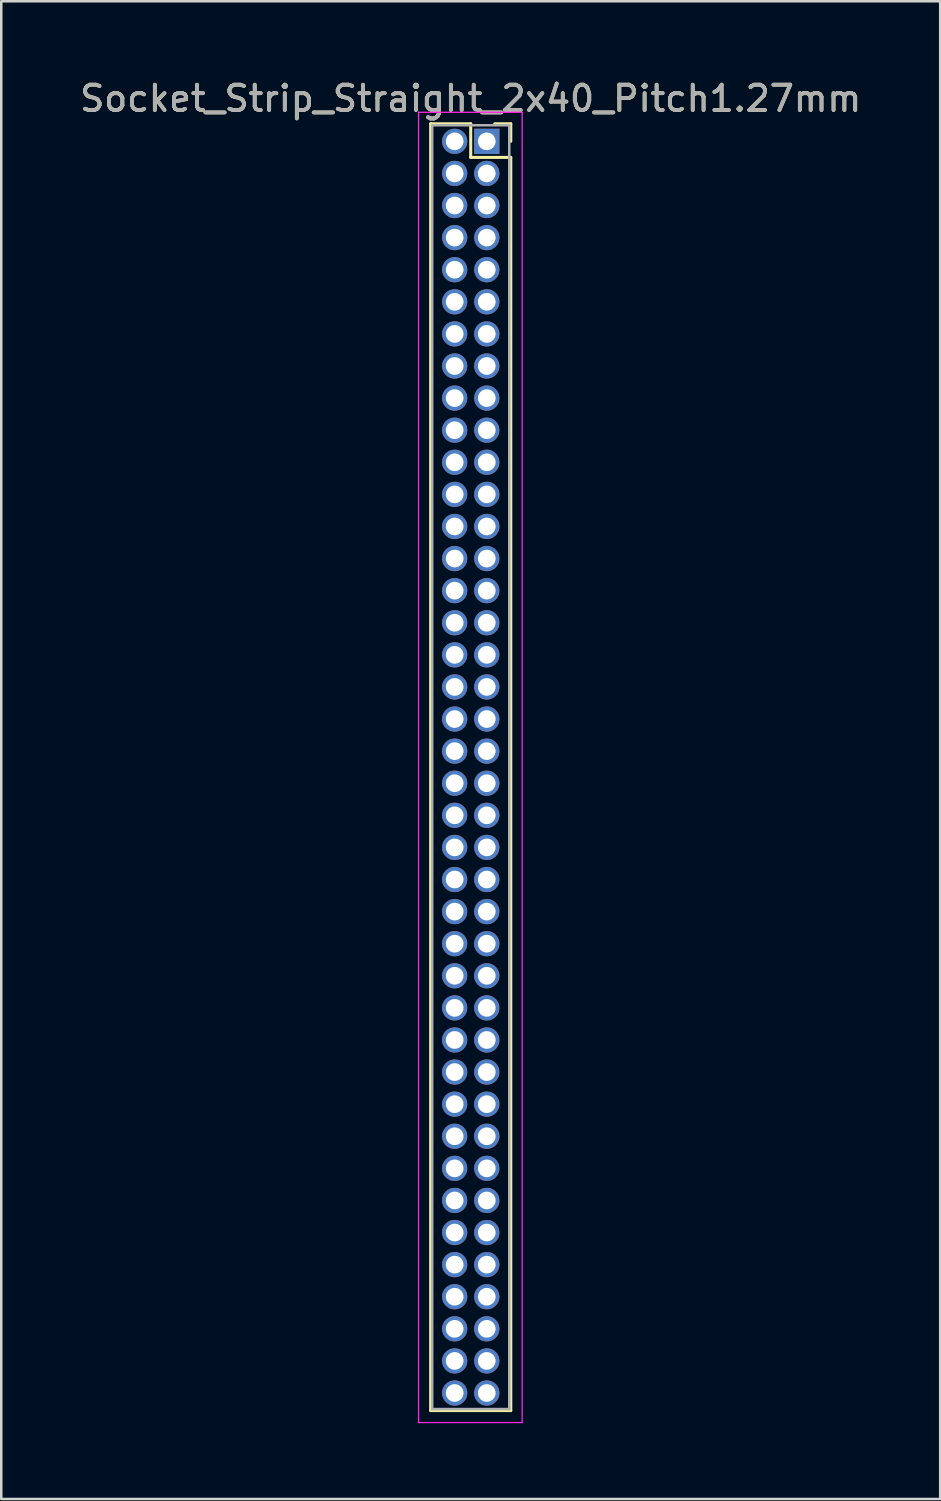
<source format=kicad_pcb>
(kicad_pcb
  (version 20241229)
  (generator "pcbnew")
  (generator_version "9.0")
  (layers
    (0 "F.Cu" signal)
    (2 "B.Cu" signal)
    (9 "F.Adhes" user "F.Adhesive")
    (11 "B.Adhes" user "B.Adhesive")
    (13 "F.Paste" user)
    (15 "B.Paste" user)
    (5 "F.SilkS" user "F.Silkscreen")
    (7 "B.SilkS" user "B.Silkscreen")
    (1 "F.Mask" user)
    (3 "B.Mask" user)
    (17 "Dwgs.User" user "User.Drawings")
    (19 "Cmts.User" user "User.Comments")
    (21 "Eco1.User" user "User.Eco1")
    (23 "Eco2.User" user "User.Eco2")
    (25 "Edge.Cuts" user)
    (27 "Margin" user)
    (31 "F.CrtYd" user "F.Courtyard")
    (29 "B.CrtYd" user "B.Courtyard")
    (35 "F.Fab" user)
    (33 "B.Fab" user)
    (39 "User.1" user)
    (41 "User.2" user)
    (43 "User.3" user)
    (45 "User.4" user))
  (footprint "Socket_Strip_Straight_2x40_Pitch1.27mm"
    (layer "F.Cu")
    (at 16.212 2.543)
    (property "Reference" "Socket_Strip_Straight_2x40_Pitch1.27mm" (at -0.635 -1.695 0) (layer "F.SilkS") (effects (font (size 1 1) (thickness 0.15))))
    (attr through_hole)
    (fp_line (start -2.22 -0.695) (end -0.635 -0.695) (stroke (width 0.12) (type solid)) (layer "F.SilkS"))
    (fp_line (start -2.22 50.225) (end -2.22 -0.695) (stroke (width 0.12) (type solid)) (layer "F.SilkS"))
    (fp_line (start -0.635 -0.695) (end -0.635 0.635) (stroke (width 0.12) (type solid)) (layer "F.SilkS"))
    (fp_line (start -0.635 0.635) (end 0.95 0.635) (stroke (width 0.12) (type solid)) (layer "F.SilkS"))
    (fp_line (start 0.95 -0.695) (end 0.315 -0.695) (stroke (width 0.12) (type solid)) (layer "F.SilkS"))
    (fp_line (start 0.95 0) (end 0.95 -0.695) (stroke (width 0.12) (type solid)) (layer "F.SilkS"))
    (fp_line (start 0.95 0.635) (end 0.95 50.225) (stroke (width 0.12) (type solid)) (layer "F.SilkS"))
    (fp_line (start 0.95 50.225) (end -2.22 50.225) (stroke (width 0.12) (type solid)) (layer "F.SilkS"))
    (fp_line (start -2.7 -1.15) (end -2.7 50.7) (stroke (width 0.05) (type solid)) (layer "F.CrtYd"))
    (fp_line (start -2.7 50.7) (end 1.4 50.7) (stroke (width 0.05) (type solid)) (layer "F.CrtYd"))
    (fp_line (start 1.4 -1.15) (end -2.7 -1.15) (stroke (width 0.05) (type solid)) (layer "F.CrtYd"))
    (fp_line (start 1.4 50.7) (end 1.4 -1.15) (stroke (width 0.05) (type solid)) (layer "F.CrtYd"))
    (fp_line (start -2.16 -0.635) (end -2.16 50.165) (stroke (width 0.1) (type solid)) (layer "F.Fab"))
    (fp_line (start -2.16 50.165) (end 0.89 50.165) (stroke (width 0.1) (type solid)) (layer "F.Fab"))
    (fp_line (start 0.89 -0.635) (end -2.16 -0.635) (stroke (width 0.1) (type solid)) (layer "F.Fab"))
    (fp_line (start 0.89 50.165) (end 0.89 -0.635) (stroke (width 0.1) (type solid)) (layer "F.Fab"))
    (fp_text user "${REFERENCE}" (at -0.635 -1.695 0) (layer "F.Fab") (effects (font (size 1 1) (thickness 0.15))))
    (pad "1" thru_hole rect (at 0 0) (size 1 1) (drill 0.7) (layers "*.Cu" "*.Mask"))
    (pad "2" thru_hole oval (at -1.27 0) (size 1 1) (drill 0.7) (layers "*.Cu" "*.Mask"))
    (pad "3" thru_hole oval (at 0 1.27) (size 1 1) (drill 0.7) (layers "*.Cu" "*.Mask"))
    (pad "4" thru_hole oval (at -1.27 1.27) (size 1 1) (drill 0.7) (layers "*.Cu" "*.Mask"))
    (pad "5" thru_hole oval (at 0 2.54) (size 1 1) (drill 0.7) (layers "*.Cu" "*.Mask"))
    (pad "6" thru_hole oval (at -1.27 2.54) (size 1 1) (drill 0.7) (layers "*.Cu" "*.Mask"))
    (pad "7" thru_hole oval (at 0 3.81) (size 1 1) (drill 0.7) (layers "*.Cu" "*.Mask"))
    (pad "8" thru_hole oval (at -1.27 3.81) (size 1 1) (drill 0.7) (layers "*.Cu" "*.Mask"))
    (pad "9" thru_hole oval (at 0 5.08) (size 1 1) (drill 0.7) (layers "*.Cu" "*.Mask"))
    (pad "10" thru_hole oval (at -1.27 5.08) (size 1 1) (drill 0.7) (layers "*.Cu" "*.Mask"))
    (pad "11" thru_hole oval (at 0 6.35) (size 1 1) (drill 0.7) (layers "*.Cu" "*.Mask"))
    (pad "12" thru_hole oval (at -1.27 6.35) (size 1 1) (drill 0.7) (layers "*.Cu" "*.Mask"))
    (pad "13" thru_hole oval (at 0 7.62) (size 1 1) (drill 0.7) (layers "*.Cu" "*.Mask"))
    (pad "14" thru_hole oval (at -1.27 7.62) (size 1 1) (drill 0.7) (layers "*.Cu" "*.Mask"))
    (pad "15" thru_hole oval (at 0 8.89) (size 1 1) (drill 0.7) (layers "*.Cu" "*.Mask"))
    (pad "16" thru_hole oval (at -1.27 8.89) (size 1 1) (drill 0.7) (layers "*.Cu" "*.Mask"))
    (pad "17" thru_hole oval (at 0 10.16) (size 1 1) (drill 0.7) (layers "*.Cu" "*.Mask"))
    (pad "18" thru_hole oval (at -1.27 10.16) (size 1 1) (drill 0.7) (layers "*.Cu" "*.Mask"))
    (pad "19" thru_hole oval (at 0 11.43) (size 1 1) (drill 0.7) (layers "*.Cu" "*.Mask"))
    (pad "20" thru_hole oval (at -1.27 11.43) (size 1 1) (drill 0.7) (layers "*.Cu" "*.Mask"))
    (pad "21" thru_hole oval (at 0 12.7) (size 1 1) (drill 0.7) (layers "*.Cu" "*.Mask"))
    (pad "22" thru_hole oval (at -1.27 12.7) (size 1 1) (drill 0.7) (layers "*.Cu" "*.Mask"))
    (pad "23" thru_hole oval (at 0 13.97) (size 1 1) (drill 0.7) (layers "*.Cu" "*.Mask"))
    (pad "24" thru_hole oval (at -1.27 13.97) (size 1 1) (drill 0.7) (layers "*.Cu" "*.Mask"))
    (pad "25" thru_hole oval (at 0 15.24) (size 1 1) (drill 0.7) (layers "*.Cu" "*.Mask"))
    (pad "26" thru_hole oval (at -1.27 15.24) (size 1 1) (drill 0.7) (layers "*.Cu" "*.Mask"))
    (pad "27" thru_hole oval (at 0 16.51) (size 1 1) (drill 0.7) (layers "*.Cu" "*.Mask"))
    (pad "28" thru_hole oval (at -1.27 16.51) (size 1 1) (drill 0.7) (layers "*.Cu" "*.Mask"))
    (pad "29" thru_hole oval (at 0 17.78) (size 1 1) (drill 0.7) (layers "*.Cu" "*.Mask"))
    (pad "30" thru_hole oval (at -1.27 17.78) (size 1 1) (drill 0.7) (layers "*.Cu" "*.Mask"))
    (pad "31" thru_hole oval (at 0 19.05) (size 1 1) (drill 0.7) (layers "*.Cu" "*.Mask"))
    (pad "32" thru_hole oval (at -1.27 19.05) (size 1 1) (drill 0.7) (layers "*.Cu" "*.Mask"))
    (pad "33" thru_hole oval (at 0 20.32) (size 1 1) (drill 0.7) (layers "*.Cu" "*.Mask"))
    (pad "34" thru_hole oval (at -1.27 20.32) (size 1 1) (drill 0.7) (layers "*.Cu" "*.Mask"))
    (pad "35" thru_hole oval (at 0 21.59) (size 1 1) (drill 0.7) (layers "*.Cu" "*.Mask"))
    (pad "36" thru_hole oval (at -1.27 21.59) (size 1 1) (drill 0.7) (layers "*.Cu" "*.Mask"))
    (pad "37" thru_hole oval (at 0 22.86) (size 1 1) (drill 0.7) (layers "*.Cu" "*.Mask"))
    (pad "38" thru_hole oval (at -1.27 22.86) (size 1 1) (drill 0.7) (layers "*.Cu" "*.Mask"))
    (pad "39" thru_hole oval (at 0 24.13) (size 1 1) (drill 0.7) (layers "*.Cu" "*.Mask"))
    (pad "40" thru_hole oval (at -1.27 24.13) (size 1 1) (drill 0.7) (layers "*.Cu" "*.Mask"))
    (pad "41" thru_hole oval (at 0 25.4) (size 1 1) (drill 0.7) (layers "*.Cu" "*.Mask"))
    (pad "42" thru_hole oval (at -1.27 25.4) (size 1 1) (drill 0.7) (layers "*.Cu" "*.Mask"))
    (pad "43" thru_hole oval (at 0 26.67) (size 1 1) (drill 0.7) (layers "*.Cu" "*.Mask"))
    (pad "44" thru_hole oval (at -1.27 26.67) (size 1 1) (drill 0.7) (layers "*.Cu" "*.Mask"))
    (pad "45" thru_hole oval (at 0 27.94) (size 1 1) (drill 0.7) (layers "*.Cu" "*.Mask"))
    (pad "46" thru_hole oval (at -1.27 27.94) (size 1 1) (drill 0.7) (layers "*.Cu" "*.Mask"))
    (pad "47" thru_hole oval (at 0 29.21) (size 1 1) (drill 0.7) (layers "*.Cu" "*.Mask"))
    (pad "48" thru_hole oval (at -1.27 29.21) (size 1 1) (drill 0.7) (layers "*.Cu" "*.Mask"))
    (pad "49" thru_hole oval (at 0 30.48) (size 1 1) (drill 0.7) (layers "*.Cu" "*.Mask"))
    (pad "50" thru_hole oval (at -1.27 30.48) (size 1 1) (drill 0.7) (layers "*.Cu" "*.Mask"))
    (pad "51" thru_hole oval (at 0 31.75) (size 1 1) (drill 0.7) (layers "*.Cu" "*.Mask"))
    (pad "52" thru_hole oval (at -1.27 31.75) (size 1 1) (drill 0.7) (layers "*.Cu" "*.Mask"))
    (pad "53" thru_hole oval (at 0 33.02) (size 1 1) (drill 0.7) (layers "*.Cu" "*.Mask"))
    (pad "54" thru_hole oval (at -1.27 33.02) (size 1 1) (drill 0.7) (layers "*.Cu" "*.Mask"))
    (pad "55" thru_hole oval (at 0 34.29) (size 1 1) (drill 0.7) (layers "*.Cu" "*.Mask"))
    (pad "56" thru_hole oval (at -1.27 34.29) (size 1 1) (drill 0.7) (layers "*.Cu" "*.Mask"))
    (pad "57" thru_hole oval (at 0 35.56) (size 1 1) (drill 0.7) (layers "*.Cu" "*.Mask"))
    (pad "58" thru_hole oval (at -1.27 35.56) (size 1 1) (drill 0.7) (layers "*.Cu" "*.Mask"))
    (pad "59" thru_hole oval (at 0 36.83) (size 1 1) (drill 0.7) (layers "*.Cu" "*.Mask"))
    (pad "60" thru_hole oval (at -1.27 36.83) (size 1 1) (drill 0.7) (layers "*.Cu" "*.Mask"))
    (pad "61" thru_hole oval (at 0 38.1) (size 1 1) (drill 0.7) (layers "*.Cu" "*.Mask"))
    (pad "62" thru_hole oval (at -1.27 38.1) (size 1 1) (drill 0.7) (layers "*.Cu" "*.Mask"))
    (pad "63" thru_hole oval (at 0 39.37) (size 1 1) (drill 0.7) (layers "*.Cu" "*.Mask"))
    (pad "64" thru_hole oval (at -1.27 39.37) (size 1 1) (drill 0.7) (layers "*.Cu" "*.Mask"))
    (pad "65" thru_hole oval (at 0 40.64) (size 1 1) (drill 0.7) (layers "*.Cu" "*.Mask"))
    (pad "66" thru_hole oval (at -1.27 40.64) (size 1 1) (drill 0.7) (layers "*.Cu" "*.Mask"))
    (pad "67" thru_hole oval (at 0 41.91) (size 1 1) (drill 0.7) (layers "*.Cu" "*.Mask"))
    (pad "68" thru_hole oval (at -1.27 41.91) (size 1 1) (drill 0.7) (layers "*.Cu" "*.Mask"))
    (pad "69" thru_hole oval (at 0 43.18) (size 1 1) (drill 0.7) (layers "*.Cu" "*.Mask"))
    (pad "70" thru_hole oval (at -1.27 43.18) (size 1 1) (drill 0.7) (layers "*.Cu" "*.Mask"))
    (pad "71" thru_hole oval (at 0 44.45) (size 1 1) (drill 0.7) (layers "*.Cu" "*.Mask"))
    (pad "72" thru_hole oval (at -1.27 44.45) (size 1 1) (drill 0.7) (layers "*.Cu" "*.Mask"))
    (pad "73" thru_hole oval (at 0 45.72) (size 1 1) (drill 0.7) (layers "*.Cu" "*.Mask"))
    (pad "74" thru_hole oval (at -1.27 45.72) (size 1 1) (drill 0.7) (layers "*.Cu" "*.Mask"))
    (pad "75" thru_hole oval (at 0 46.99) (size 1 1) (drill 0.7) (layers "*.Cu" "*.Mask"))
    (pad "76" thru_hole oval (at -1.27 46.99) (size 1 1) (drill 0.7) (layers "*.Cu" "*.Mask"))
    (pad "77" thru_hole oval (at 0 48.26) (size 1 1) (drill 0.7) (layers "*.Cu" "*.Mask"))
    (pad "78" thru_hole oval (at -1.27 48.26) (size 1 1) (drill 0.7) (layers "*.Cu" "*.Mask"))
    (pad "79" thru_hole oval (at 0 49.53) (size 1 1) (drill 0.7) (layers "*.Cu" "*.Mask"))
    (pad "80" thru_hole oval (at -1.27 49.53) (size 1 1) (drill 0.7) (layers "*.Cu" "*.Mask")))
  (gr_rect
    (start -3 -3)
    (end 34.155 56.268)
    (stroke (width 0.1) (type default))
    (fill no)
    (layer "Edge.Cuts")))
</source>
